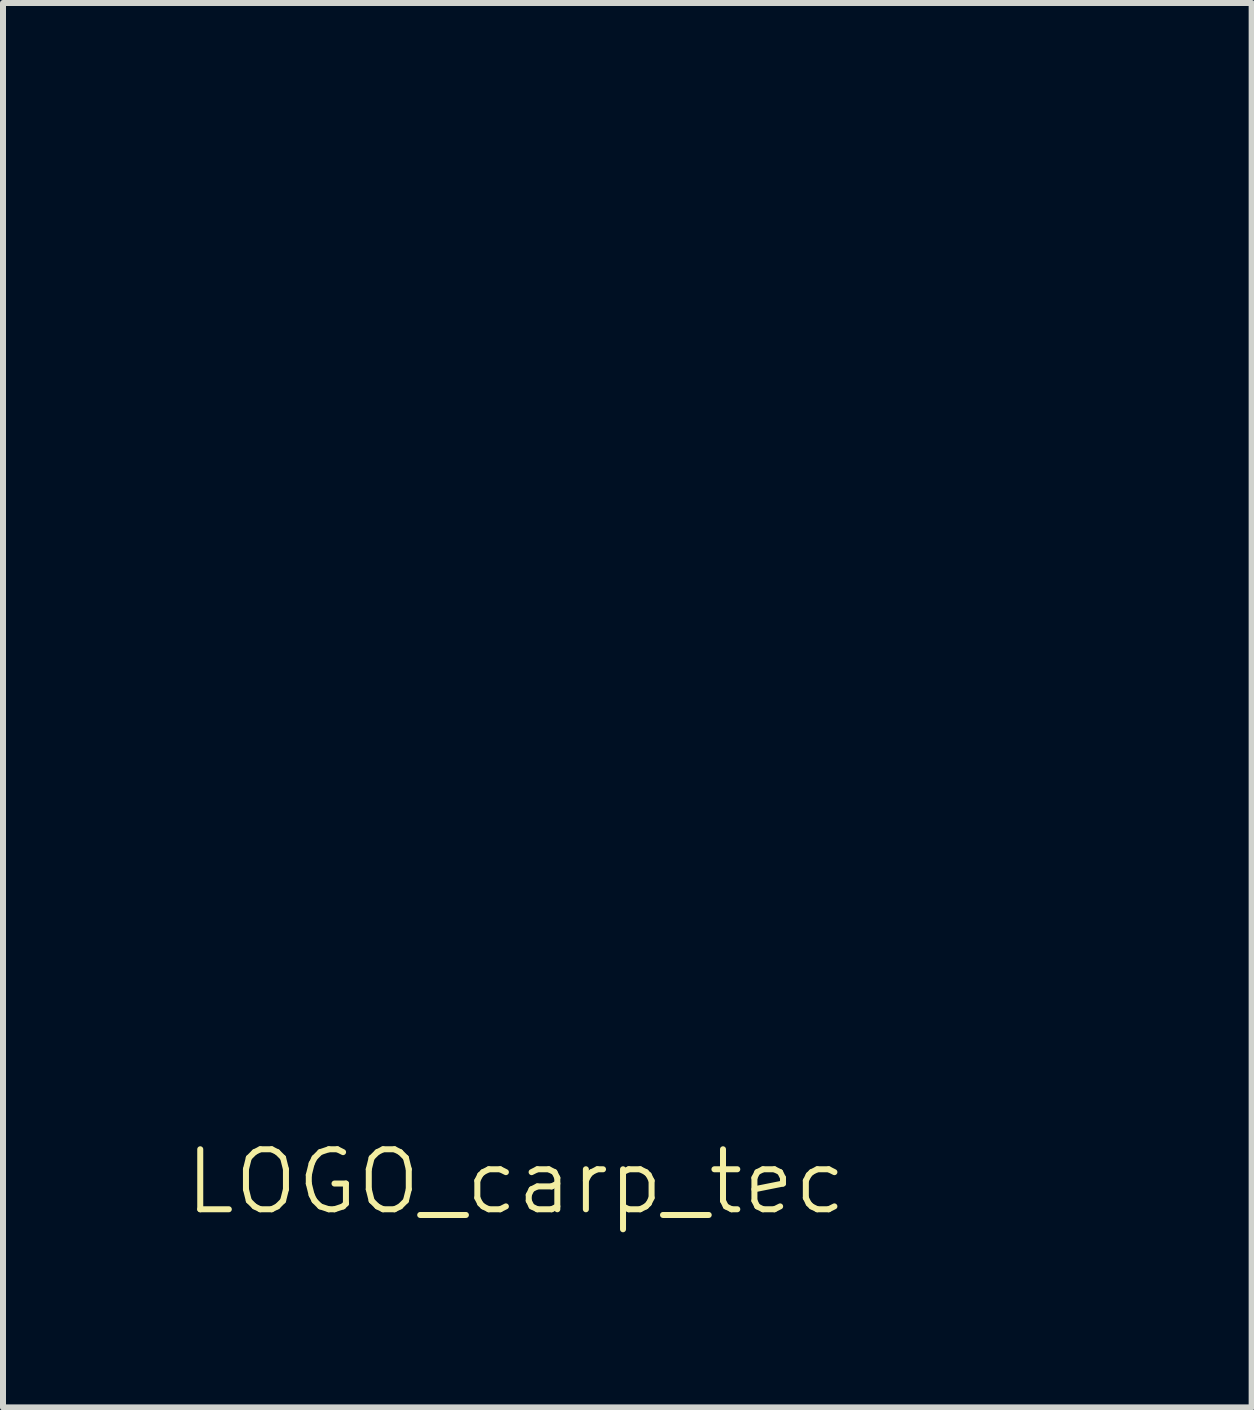
<source format=kicad_pcb>
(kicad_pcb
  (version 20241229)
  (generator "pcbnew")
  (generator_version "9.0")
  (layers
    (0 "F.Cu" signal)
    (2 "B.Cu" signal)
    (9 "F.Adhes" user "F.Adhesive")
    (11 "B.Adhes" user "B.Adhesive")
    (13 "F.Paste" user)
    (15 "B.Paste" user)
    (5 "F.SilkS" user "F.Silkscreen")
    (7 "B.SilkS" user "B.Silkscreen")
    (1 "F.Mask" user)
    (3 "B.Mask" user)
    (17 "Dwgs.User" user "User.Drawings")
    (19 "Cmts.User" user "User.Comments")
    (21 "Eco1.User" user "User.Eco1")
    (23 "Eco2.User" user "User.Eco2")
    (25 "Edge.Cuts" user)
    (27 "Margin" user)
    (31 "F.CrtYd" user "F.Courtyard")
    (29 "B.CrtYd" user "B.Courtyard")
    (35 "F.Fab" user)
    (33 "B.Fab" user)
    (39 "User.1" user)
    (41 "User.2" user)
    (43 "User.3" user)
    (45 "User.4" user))
  (footprint "LOGO_carp_tec"
    (layer "F.Cu")
    (at 6.25 8.051)
    (property "Reference" "LOGO_carp_tec" (at -0.7 8.6 0) (layer "F.SilkS") (effects (font (size 1 1) (thickness 0.1))))
    (attr board_only exclude_from_pos_files exclude_from_bom)
    (fp_poly (pts (xy -4.503 0.296) (xy -4.523 0.316) (xy -4.543 0.296) (xy -4.523 0.277)) (stroke (width 0) (type solid)) (fill yes) (layer "F.Mask"))
    (fp_poly (pts (xy -3.674 -4.247) (xy -3.693 -4.227) (xy -3.713 -4.247) (xy -3.693 -4.266)) (stroke (width 0) (type solid)) (fill yes) (layer "F.Mask"))
    (fp_poly (pts (xy -0.356 7.091) (xy -0.375 7.11) (xy -0.395 7.091) (xy -0.375 7.071)) (stroke (width 0) (type solid)) (fill yes) (layer "F.Mask"))
    (fp_poly (pts (xy 5.659 7.637) (xy 5.664 7.652) (xy 5.609 7.657) (xy 5.553 7.651) (xy 5.56 7.637) (xy 5.641 7.632)) (stroke (width 0) (type solid)) (fill yes) (layer "F.Mask"))
    (fp_poly (pts (xy -4.064 2.355) (xy -4.033 2.404) (xy -4.039 2.433) (xy -4.075 2.422) (xy -4.107 2.391) (xy -4.133 2.341) (xy -4.115 2.331)) (stroke (width 0) (type solid)) (fill yes) (layer "F.Mask"))
    (fp_poly (pts (xy -4.544 3.704) (xy -4.543 3.713) (xy -4.573 3.752) (xy -4.582 3.753) (xy -4.621 3.723) (xy -4.622 3.713) (xy -4.592 3.675) (xy -4.582 3.674)) (stroke (width 0) (type solid)) (fill yes) (layer "F.Mask"))
    (fp_poly (pts (xy 6.957 7.547) (xy 7.022 7.59) (xy 7.012 7.612) (xy 6.927 7.613) (xy 6.916 7.612) (xy 6.84 7.598) (xy 6.833 7.568) (xy 6.842 7.556) (xy 6.901 7.528)) (stroke (width 0) (type solid)) (fill yes) (layer "F.Mask"))
    (fp_poly (pts (xy 2.519 7.441) (xy 2.625 7.476) (xy 2.677 7.543) (xy 2.673 7.602) (xy 2.626 7.658) (xy 2.563 7.639) (xy 2.53 7.606) (xy 2.5 7.54) (xy 2.505 7.511) (xy 2.498 7.465) (xy 2.479 7.452) (xy 2.472 7.44)) (stroke (width 0) (type solid)) (fill yes) (layer "F.Mask"))
    (fp_poly (pts (xy -0.857 0.243) (xy -0.829 0.257) (xy -0.721 0.298) (xy -0.578 0.334) (xy -0.509 0.346) (xy -0.375 0.375) (xy -0.3 0.412) (xy -0.291 0.451) (xy -0.352 0.485) (xy -0.364 0.488) (xy -0.556 0.513) (xy -0.755 0.493) (xy -0.909 0.44) (xy -1.006 0.368) (xy -1.057 0.291) (xy -1.059 0.282) (xy -1.046 0.214) (xy -0.978 0.201)) (stroke (width 0) (type solid)) (fill yes) (layer "F.Mask"))
    (fp_poly (pts (xy -4.332 -4.402) (xy -4.304 -4.351) (xy -4.336 -4.299) (xy -4.383 -4.278) (xy -4.477 -4.218) (xy -4.548 -4.111) (xy -4.576 -3.989) (xy -4.575 -3.961) (xy -4.582 -3.873) (xy -4.626 -3.852) (xy -4.699 -3.902) (xy -4.711 -3.914) (xy -4.772 -4.021) (xy -4.76 -4.137) (xy -4.692 -4.251) (xy -4.607 -4.353) (xy -4.538 -4.404) (xy -4.458 -4.422) (xy -4.414 -4.424)) (stroke (width 0) (type solid)) (fill yes) (layer "F.Mask"))
    (fp_poly (pts (xy -3.495 0.338) (xy -3.389 0.414) (xy -3.338 0.458) (xy -3.214 0.558) (xy -3.082 0.647) (xy -3.032 0.676) (xy -2.923 0.751) (xy -2.885 0.815) (xy -2.91 0.856) (xy -2.99 0.862) (xy -3.118 0.819) (xy -3.121 0.818) (xy -3.283 0.727) (xy -3.426 0.625) (xy -3.538 0.522) (xy -3.606 0.431) (xy -3.618 0.363) (xy -3.615 0.356) (xy -3.567 0.32)) (stroke (width 0) (type solid)) (fill yes) (layer "F.Mask"))
    (fp_poly (pts (xy -2.74 0.371) (xy -2.726 0.394) (xy -2.694 0.468) (xy -2.61 0.561) (xy -2.495 0.656) (xy -2.367 0.737) (xy -2.297 0.769) (xy -2.181 0.821) (xy -2.136 0.861) (xy -2.144 0.877) (xy -2.208 0.901) (xy -2.296 0.897) (xy -2.43 0.863) (xy -2.475 0.849) (xy -2.598 0.792) (xy -2.709 0.71) (xy -2.8 0.615) (xy -2.864 0.519) (xy -2.891 0.436) (xy -2.873 0.377) (xy -2.805 0.356)) (stroke (width 0) (type solid)) (fill yes) (layer "F.Mask"))
    (fp_poly (pts (xy -2.573 -4.048) (xy -2.545 -4) (xy -2.512 -3.915) (xy -2.467 -3.819) (xy -2.419 -3.702) (xy -2.422 -3.614) (xy -2.479 -3.518) (xy -2.492 -3.501) (xy -2.575 -3.416) (xy -2.633 -3.396) (xy -2.657 -3.439) (xy -2.644 -3.525) (xy -2.614 -3.649) (xy -2.619 -3.731) (xy -2.665 -3.801) (xy -2.716 -3.852) (xy -2.784 -3.92) (xy -2.799 -3.961) (xy -2.765 -3.998) (xy -2.748 -4.011) (xy -2.645 -4.063)) (stroke (width 0) (type solid)) (fill yes) (layer "F.Mask"))
    (fp_poly (pts (xy -1.862 0.275) (xy -1.792 0.351) (xy -1.651 0.478) (xy -1.518 0.531) (xy -1.387 0.564) (xy -1.273 0.605) (xy -1.2 0.647) (xy -1.185 0.669) (xy -1.218 0.699) (xy -1.297 0.736) (xy -1.298 0.736) (xy -1.39 0.757) (xy -1.493 0.743) (xy -1.599 0.708) (xy -1.754 0.627) (xy -1.886 0.519) (xy -1.979 0.401) (xy -2.015 0.291) (xy -2.015 0.289) (xy -1.998 0.214) (xy -1.947 0.209)) (stroke (width 0) (type solid)) (fill yes) (layer "F.Mask"))
    (fp_poly (pts (xy 1.979 -6.072) (xy 2.031 -6.059) (xy 2.085 -6.004) (xy 2.094 -5.963) (xy 2.083 -5.917) (xy 2.038 -5.911) (xy 1.965 -5.929) (xy 1.843 -5.943) (xy 1.694 -5.933) (xy 1.547 -5.904) (xy 1.429 -5.86) (xy 1.381 -5.824) (xy 1.31 -5.771) (xy 1.253 -5.794) (xy 1.244 -5.807) (xy 1.252 -5.86) (xy 1.312 -5.929) (xy 1.403 -5.997) (xy 1.505 -6.047) (xy 1.546 -6.059) (xy 1.693 -6.078) (xy 1.848 -6.082)) (stroke (width 0) (type solid)) (fill yes) (layer "F.Mask"))
    (fp_poly (pts (xy 0.09 7.015) (xy 0.175 7.048) (xy 0.201 7.061) (xy 0.282 7.093) (xy 0.388 7.114) (xy 0.534 7.125) (xy 0.738 7.129) (xy 0.797 7.129) (xy 0.974 7.132) (xy 1.116 7.139) (xy 1.209 7.15) (xy 1.236 7.163) (xy 1.159 7.223) (xy 1.024 7.268) (xy 0.849 7.295) (xy 0.655 7.302) (xy 0.461 7.287) (xy 0.36 7.268) (xy 0.269 7.232) (xy 0.173 7.172) (xy 0.092 7.103) (xy 0.045 7.044) (xy 0.045 7.013)) (stroke (width 0) (type solid)) (fill yes) (layer "F.Mask"))
    (fp_poly (pts (xy -2.571 -4.33) (xy -2.477 -4.295) (xy -2.4 -4.253) (xy -2.37 -4.22) (xy -2.345 -4.173) (xy -2.311 -4.133) (xy -2.274 -4.062) (xy -2.24 -3.938) (xy -2.214 -3.789) (xy -2.201 -3.642) (xy -2.204 -3.526) (xy -2.233 -3.45) (xy -2.28 -3.449) (xy -2.329 -3.513) (xy -2.358 -3.603) (xy -2.373 -3.724) (xy -2.374 -3.74) (xy -2.402 -3.958) (xy -2.473 -4.118) (xy -2.582 -4.214) (xy -2.704 -4.243) (xy -2.796 -4.252) (xy -2.843 -4.268) (xy -2.844 -4.272) (xy -2.81 -4.307) (xy -2.73 -4.336) (xy -2.651 -4.345)) (stroke (width 0) (type solid)) (fill yes) (layer "F.Mask"))
    (fp_poly (pts (xy -2.114 4.184) (xy -2.101 4.283) (xy -2.094 4.425) (xy -2.093 4.474) (xy -2.083 4.753) (xy -2.055 5.017) (xy -2.013 5.246) (xy -1.958 5.419) (xy -1.95 5.438) (xy -1.912 5.542) (xy -1.902 5.625) (xy -1.903 5.631) (xy -1.918 5.673) (xy -1.951 5.656) (xy -1.98 5.624) (xy -2.043 5.525) (xy -2.072 5.451) (xy -2.106 5.355) (xy -2.157 5.229) (xy -2.18 5.176) (xy -2.225 5.038) (xy -2.252 4.87) (xy -2.263 4.688) (xy -2.259 4.509) (xy -2.24 4.35) (xy -2.206 4.227) (xy -2.16 4.158) (xy -2.132 4.148)) (stroke (width 0) (type solid)) (fill yes) (layer "F.Mask"))
    (fp_poly (pts (xy -4.092 -2.547) (xy -4.077 -2.515) (xy -4.065 -2.454) (xy -4.056 -2.353) (xy -4.049 -2.205) (xy -4.044 -2) (xy -4.04 -1.729) (xy -4.038 -1.583) (xy -4.037 -1.161) (xy -4.043 -0.816) (xy -4.057 -0.544) (xy -4.079 -0.343) (xy -4.109 -0.21) (xy -4.143 -0.147) (xy -4.164 -0.164) (xy -4.183 -0.244) (xy -4.196 -0.362) (xy -4.201 -0.473) (xy -4.203 -0.648) (xy -4.203 -0.872) (xy -4.202 -1.133) (xy -4.198 -1.413) (xy -4.195 -1.592) (xy -4.189 -1.897) (xy -4.182 -2.132) (xy -4.175 -2.305) (xy -4.167 -2.425) (xy -4.156 -2.502) (xy -4.143 -2.544) (xy -4.125 -2.559) (xy -4.112 -2.559)) (stroke (width 0) (type solid)) (fill yes) (layer "F.Mask"))
    (fp_poly (pts (xy 3.149 4.341) (xy 3.159 4.417) (xy 3.16 4.51) (xy 3.147 4.71) (xy 3.11 4.957) (xy 3.055 5.228) (xy 2.988 5.503) (xy 2.913 5.759) (xy 2.836 5.973) (xy 2.782 6.089) (xy 2.741 6.181) (xy 2.726 6.243) (xy 2.709 6.305) (xy 2.667 6.407) (xy 2.64 6.464) (xy 2.571 6.575) (xy 2.51 6.629) (xy 2.466 6.623) (xy 2.449 6.552) (xy 2.449 6.552) (xy 2.462 6.489) (xy 2.496 6.369) (xy 2.545 6.21) (xy 2.605 6.028) (xy 2.669 5.841) (xy 2.731 5.667) (xy 2.786 5.523) (xy 2.807 5.471) (xy 2.875 5.258) (xy 2.926 4.98) (xy 2.957 4.681) (xy 2.971 4.512) (xy 2.985 4.406) (xy 3.005 4.348) (xy 3.036 4.321) (xy 3.071 4.313) (xy 3.123 4.312)) (stroke (width 0) (type solid)) (fill yes) (layer "F.Mask"))
    (fp_poly (pts (xy 2.171 -5.828) (xy 2.311 -5.779) (xy 2.438 -5.713) (xy 2.526 -5.642) (xy 2.55 -5.603) (xy 2.558 -5.464) (xy 2.495 -5.347) (xy 2.421 -5.292) (xy 2.321 -5.238) (xy 2.252 -5.192) (xy 2.133 -5.134) (xy 1.962 -5.092) (xy 1.763 -5.068) (xy 1.562 -5.064) (xy 1.385 -5.083) (xy 1.331 -5.096) (xy 1.229 -5.137) (xy 1.163 -5.176) (xy 1.08 -5.202) (xy 1.037 -5.193) (xy 0.933 -5.161) (xy 0.812 -5.139) (xy 0.699 -5.131) (xy 0.618 -5.138) (xy 0.593 -5.157) (xy 0.623 -5.197) (xy 0.702 -5.265) (xy 0.81 -5.349) (xy 0.93 -5.434) (xy 1.042 -5.508) (xy 1.129 -5.557) (xy 1.165 -5.57) (xy 1.219 -5.594) (xy 1.261 -5.626) (xy 1.336 -5.668) (xy 1.465 -5.716) (xy 1.624 -5.765) (xy 1.791 -5.807) (xy 1.941 -5.837) (xy 2.044 -5.846)) (stroke (width 0) (type solid)) (fill yes) (layer "F.Mask"))
    (fp_poly (pts (xy -0.352 3.561) (xy -0.33 3.664) (xy -0.315 3.769) (xy -0.289 3.93) (xy -0.255 4.121) (xy -0.219 4.321) (xy -0.185 4.505) (xy -0.158 4.635) (xy -0.146 4.733) (xy -0.135 4.895) (xy -0.127 5.105) (xy -0.122 5.346) (xy -0.12 5.602) (xy -0.12 5.622) (xy -0.125 6.01) (xy -0.14 6.325) (xy -0.164 6.572) (xy -0.2 6.756) (xy -0.247 6.883) (xy -0.289 6.943) (xy -0.33 6.972) (xy -0.352 6.941) (xy -0.361 6.887) (xy -0.364 6.81) (xy -0.363 6.67) (xy -0.357 6.484) (xy -0.347 6.27) (xy -0.341 6.143) (xy -0.329 5.849) (xy -0.327 5.531) (xy -0.333 5.204) (xy -0.346 4.883) (xy -0.366 4.582) (xy -0.392 4.318) (xy -0.422 4.104) (xy -0.453 3.969) (xy -0.499 3.791) (xy -0.509 3.668) (xy -0.483 3.587) (xy -0.453 3.554) (xy -0.391 3.524)) (stroke (width 0) (type solid)) (fill yes) (layer "F.Mask"))
    (fp_poly (pts (xy 2.893 6.962) (xy 2.955 7.003) (xy 2.961 7.01) (xy 3.103 7.127) (xy 3.305 7.22) (xy 3.548 7.287) (xy 3.818 7.326) (xy 4.097 7.335) (xy 4.368 7.313) (xy 4.616 7.259) (xy 4.789 7.189) (xy 4.896 7.14) (xy 4.981 7.113) (xy 4.998 7.11) (xy 5.05 7.134) (xy 5.05 7.187) (xy 5.004 7.247) (xy 4.958 7.276) (xy 4.885 7.318) (xy 4.859 7.35) (xy 4.822 7.372) (xy 4.726 7.399) (xy 4.586 7.428) (xy 4.422 7.456) (xy 4.252 7.479) (xy 4.093 7.496) (xy 3.964 7.502) (xy 3.95 7.502) (xy 3.786 7.49) (xy 3.597 7.464) (xy 3.484 7.443) (xy 3.344 7.405) (xy 3.231 7.362) (xy 3.175 7.328) (xy 3.112 7.28) (xy 3.08 7.268) (xy 3.034 7.241) (xy 2.961 7.176) (xy 2.884 7.094) (xy 2.825 7.021) (xy 2.805 6.982) (xy 2.832 6.953)) (stroke (width 0) (type solid)) (fill yes) (layer "F.Mask"))
    (fp_poly (pts (xy -4.365 2.867) (xy -4.348 2.947) (xy -4.345 3.022) (xy -4.354 3.143) (xy -4.383 3.195) (xy -4.4 3.2) (xy -4.461 3.232) (xy -4.478 3.259) (xy -4.537 3.304) (xy -4.66 3.318) (xy -4.765 3.311) (xy -4.811 3.283) (xy -4.818 3.249) (xy -4.786 3.157) (xy -4.773 3.14) (xy -4.661 3.14) (xy -4.652 3.236) (xy -4.618 3.274) (xy -4.582 3.279) (xy -4.518 3.262) (xy -4.503 3.239) (xy -4.536 3.203) (xy -4.572 3.195) (xy -4.613 3.188) (xy -4.579 3.174) (xy -4.563 3.17) (xy -4.484 3.15) (xy -4.563 3.118) (xy -4.613 3.094) (xy -4.592 3.085) (xy -4.572 3.084) (xy -4.512 3.063) (xy -4.512 3.026) (xy -4.57 3.003) (xy -4.582 3.002) (xy -4.637 3.018) (xy -4.659 3.078) (xy -4.661 3.14) (xy -4.773 3.14) (xy -4.709 3.056) (xy -4.613 2.974) (xy -4.553 2.945) (xy -4.484 2.91) (xy -4.464 2.881) (xy -4.432 2.848) (xy -4.405 2.844)) (stroke (width 0) (type solid)) (fill yes) (layer "F.Mask"))
    (fp_poly (pts (xy -1.625 0.996) (xy -1.597 1.041) (xy -1.598 1.122) (xy -1.638 1.248) (xy -1.706 1.4) (xy -1.795 1.558) (xy -1.896 1.705) (xy -1.907 1.719) (xy -2.033 1.879) (xy -2.119 1.991) (xy -2.174 2.07) (xy -2.206 2.13) (xy -2.224 2.184) (xy -2.235 2.228) (xy -2.263 2.327) (xy -2.294 2.392) (xy -2.316 2.447) (xy -2.346 2.561) (xy -2.379 2.714) (xy -2.397 2.807) (xy -2.438 3.114) (xy -2.461 3.469) (xy -2.465 3.842) (xy -2.45 4.202) (xy -2.415 4.516) (xy -2.394 4.672) (xy -2.38 4.796) (xy -2.377 4.87) (xy -2.38 4.881) (xy -2.415 4.87) (xy -2.458 4.829) (xy -2.498 4.761) (xy -2.536 4.643) (xy -2.574 4.469) (xy -2.614 4.229) (xy -2.647 3.998) (xy -2.668 3.795) (xy -2.668 3.625) (xy -2.647 3.448) (xy -2.632 3.366) (xy -2.598 3.18) (xy -2.568 2.986) (xy -2.547 2.832) (xy -2.466 2.438) (xy -2.315 2.067) (xy -2.101 1.734) (xy -2.022 1.639) (xy -1.882 1.464) (xy -1.796 1.307) (xy -1.754 1.148) (xy -1.721 1.042) (xy -1.674 0.988)) (stroke (width 0) (type solid)) (fill yes) (layer "F.Mask"))
    (fp_poly (pts (xy -1.701 5.511) (xy -1.644 5.62) (xy -1.599 5.748) (xy -1.546 5.893) (xy -1.466 6.082) (xy -1.369 6.291) (xy -1.27 6.49) (xy -1.18 6.667) (xy -1.105 6.822) (xy -1.052 6.939) (xy -1.028 7.005) (xy -1.027 7.01) (xy -0.997 7.047) (xy -0.948 7.043) (xy -0.888 7.043) (xy -0.869 7.099) (xy -0.869 7.119) (xy -0.841 7.211) (xy -0.772 7.305) (xy -0.766 7.311) (xy -0.662 7.407) (xy -0.746 7.268) (xy -0.798 7.175) (xy -0.827 7.11) (xy -0.829 7.101) (xy -0.803 7.07) (xy -0.741 7.077) (xy -0.673 7.116) (xy -0.639 7.154) (xy -0.593 7.209) (xy -0.567 7.216) (xy -0.511 7.209) (xy -0.426 7.239) (xy -0.339 7.292) (xy -0.281 7.352) (xy -0.276 7.362) (xy -0.25 7.416) (xy -0.241 7.398) (xy -0.24 7.374) (xy -0.231 7.326) (xy -0.199 7.341) (xy -0.175 7.364) (xy -0.128 7.441) (xy -0.106 7.532) (xy -0.114 7.609) (xy -0.153 7.644) (xy -0.156 7.644) (xy -0.208 7.61) (xy -0.237 7.545) (xy -0.261 7.446) (xy -0.285 7.537) (xy -0.303 7.583) (xy -0.336 7.609) (xy -0.404 7.621) (xy -0.523 7.623) (xy -0.619 7.621) (xy -0.786 7.615) (xy -0.939 7.606) (xy -1.047 7.595) (xy -1.054 7.594) (xy -1.137 7.578) (xy -1.152 7.553) (xy -1.112 7.503) (xy -1.021 7.43) (xy -0.995 7.417) (xy -0.624 7.417) (xy -0.595 7.42) (xy -0.521 7.398) (xy -0.494 7.387) (xy -0.449 7.36) (xy -0.474 7.351) (xy -0.558 7.369) (xy -0.593 7.387) (xy -0.624 7.417) (xy -0.995 7.417) (xy -0.947 7.391) (xy -0.894 7.363) (xy -0.911 7.35) (xy -0.913 7.35) (xy -0.981 7.37) (xy -1.082 7.423) (xy -1.132 7.456) (xy -1.324 7.581) (xy -1.468 7.651) (xy -1.568 7.668) (xy -1.632 7.635) (xy -1.639 7.624) (xy -1.636 7.588) (xy -1.622 7.584) (xy -1.565 7.562) (xy -1.47 7.503) (xy -1.355 7.422) (xy -1.239 7.333) (xy -1.141 7.25) (xy -1.079 7.187) (xy -1.067 7.165) (xy -1.092 7.104) (xy -1.153 7.022) (xy -1.164 7.009) (xy -1.225 6.927) (xy -1.304 6.795) (xy -1.389 6.636) (xy -1.425 6.563) (xy -1.514 6.377) (xy -1.606 6.184) (xy -1.686 6.018) (xy -1.705 5.979) (xy -1.786 5.778) (xy -1.811 5.623) (xy -1.81 5.604) (xy -1.788 5.5) (xy -1.75 5.47)) (stroke (width 0) (type solid)) (fill yes) (layer "F.Mask"))
    (fp_poly (pts (xy -4.149 2.916) (xy -4.108 2.923) (xy -4.033 2.955) (xy -3.947 3.033) (xy -3.873 3.131) (xy -3.834 3.224) (xy -3.832 3.242) (xy -3.841 3.285) (xy -3.879 3.307) (xy -3.965 3.314) (xy -4.07 3.313) (xy -4.2 3.314) (xy -4.296 3.321) (xy -4.332 3.331) (xy -4.341 3.386) (xy -4.309 3.447) (xy -4.258 3.473) (xy -4.228 3.465) (xy -4.256 3.45) (xy -4.303 3.408) (xy -4.287 3.368) (xy -4.247 3.358) (xy -4.198 3.392) (xy -4.184 3.447) (xy -4.175 3.496) (xy -4.161 3.486) (xy -4.112 3.454) (xy -4.013 3.437) (xy -3.986 3.437) (xy -3.884 3.444) (xy -3.839 3.472) (xy -3.832 3.513) (xy -3.857 3.594) (xy -3.92 3.69) (xy -3.998 3.777) (xy -4.071 3.827) (xy -4.092 3.832) (xy -4.142 3.854) (xy -4.148 3.871) (xy -4.178 3.909) (xy -4.192 3.911) (xy -4.219 3.873) (xy -4.222 3.761) (xy -4.218 3.713) (xy -4.209 3.596) (xy -4.218 3.555) (xy -4.148 3.555) (xy -4.118 3.594) (xy -4.108 3.595) (xy -4.077 3.628) (xy -4.069 3.68) (xy -4.063 3.744) (xy -4.046 3.73) (xy -4.019 3.642) (xy -4.014 3.624) (xy -4.005 3.546) (xy -4.036 3.518) (xy -4.068 3.516) (xy -4.133 3.532) (xy -4.148 3.555) (xy -4.218 3.555) (xy -4.222 3.537) (xy -4.266 3.517) (xy -4.335 3.517) (xy -4.35 3.552) (xy -4.354 3.643) (xy -4.352 3.714) (xy -4.347 3.831) (xy -4.359 3.89) (xy -4.393 3.909) (xy -4.421 3.911) (xy -4.487 3.895) (xy -4.503 3.871) (xy -4.535 3.835) (xy -4.557 3.832) (xy -4.62 3.801) (xy -4.697 3.725) (xy -4.769 3.629) (xy -4.782 3.603) (xy -4.655 3.603) (xy -4.654 3.624) (xy -4.643 3.716) (xy -4.631 3.765) (xy -4.589 3.786) (xy -4.538 3.756) (xy -4.51 3.7) (xy -4.529 3.642) (xy -4.569 3.63) (xy -4.619 3.624) (xy -4.59 3.612) (xy -4.572 3.607) (xy -4.511 3.571) (xy -4.517 3.532) (xy -4.582 3.516) (xy -4.639 3.534) (xy -4.655 3.603) (xy -4.782 3.603) (xy -4.813 3.54) (xy -4.819 3.508) (xy -4.803 3.46) (xy -4.74 3.44) (xy -4.664 3.437) (xy -4.558 3.446) (xy -4.491 3.469) (xy -4.484 3.476) (xy -4.437 3.516) (xy -4.4 3.487) (xy -4.385 3.397) (xy -4.374 3.312) (xy -4.328 3.281) (xy -4.293 3.279) (xy -4.241 3.273) (xy -4.215 3.244) (xy -4.208 3.173) (xy -4.21 3.14) (xy -4.148 3.14) (xy -4.139 3.236) (xy -4.104 3.274) (xy -4.069 3.279) (xy -4.005 3.262) (xy -3.99 3.239) (xy -4.021 3.2) (xy -4.039 3.197) (xy -4.063 3.187) (xy -4.035 3.172) (xy -4.001 3.148) (xy -4.035 3.117) (xy -4.065 3.088) (xy -4.039 3.082) (xy -3.993 3.056) (xy -3.99 3.042) (xy -4.023 3.01) (xy -4.069 3.002) (xy -4.123 3.018) (xy -4.145 3.078) (xy -4.148 3.14) (xy -4.21 3.14) (xy -4.213 3.052) (xy -4.217 2.94) (xy -4.213 2.877) (xy -4.204 2.874)) (stroke (width 0) (type solid)) (fill yes) (layer "F.Mask"))
    (fp_poly (pts (xy 1.758 4.299) (xy 1.737 4.38) (xy 1.703 4.483) (xy 1.665 4.582) (xy 1.657 4.602) (xy 1.627 4.687) (xy 1.594 4.812) (xy 1.579 4.879) (xy 1.54 5.037) (xy 1.494 5.198) (xy 1.479 5.245) (xy 1.431 5.422) (xy 1.426 5.538) (xy 1.463 5.592) (xy 1.491 5.595) (xy 1.526 5.602) (xy 1.548 5.64) (xy 1.562 5.723) (xy 1.57 5.866) (xy 1.572 5.915) (xy 1.581 6.083) (xy 1.595 6.184) (xy 1.618 6.232) (xy 1.641 6.241) (xy 1.681 6.275) (xy 1.698 6.362) (xy 1.692 6.478) (xy 1.664 6.601) (xy 1.637 6.669) (xy 1.598 6.796) (xy 1.587 6.934) (xy 1.588 6.942) (xy 1.603 7.041) (xy 1.639 7.084) (xy 1.699 7.094) (xy 1.815 7.101) (xy 1.876 7.121) (xy 1.907 7.163) (xy 1.915 7.186) (xy 1.972 7.268) (xy 2.07 7.284) (xy 2.18 7.245) (xy 2.278 7.207) (xy 2.338 7.221) (xy 2.344 7.226) (xy 2.375 7.227) (xy 2.416 7.169) (xy 2.467 7.048) (xy 2.532 6.858) (xy 2.578 6.707) (xy 2.618 6.608) (xy 2.66 6.547) (xy 2.669 6.542) (xy 2.689 6.568) (xy 2.7 6.648) (xy 2.702 6.761) (xy 2.695 6.882) (xy 2.681 6.988) (xy 2.661 7.057) (xy 2.651 7.069) (xy 2.615 7.115) (xy 2.56 7.206) (xy 2.533 7.259) (xy 2.475 7.357) (xy 2.426 7.418) (xy 2.409 7.426) (xy 2.372 7.457) (xy 2.37 7.468) (xy 2.394 7.492) (xy 2.41 7.486) (xy 2.442 7.496) (xy 2.449 7.533) (xy 2.433 7.578) (xy 2.374 7.603) (xy 2.262 7.615) (xy 2.102 7.614) (xy 1.928 7.597) (xy 1.876 7.588) (xy 1.739 7.57) (xy 1.646 7.58) (xy 1.591 7.607) (xy 1.501 7.65) (xy 1.423 7.663) (xy 1.384 7.641) (xy 1.383 7.634) (xy 1.412 7.595) (xy 1.481 7.529) (xy 1.973 7.529) (xy 2.027 7.535) (xy 2.054 7.536) (xy 2.126 7.532) (xy 2.134 7.521) (xy 2.123 7.518) (xy 2.023 7.512) (xy 1.985 7.518) (xy 1.973 7.529) (xy 1.481 7.529) (xy 1.486 7.525) (xy 1.51 7.505) (xy 1.738 7.505) (xy 1.764 7.521) (xy 1.815 7.497) (xy 1.866 7.456) (xy 2.229 7.456) (xy 2.268 7.463) (xy 2.319 7.456) (xy 2.32 7.442) (xy 2.267 7.433) (xy 2.244 7.439) (xy 2.229 7.456) (xy 1.866 7.456) (xy 1.869 7.454) (xy 1.876 7.433) (xy 1.828 7.429) (xy 1.767 7.461) (xy 1.738 7.505) (xy 1.51 7.505) (xy 1.579 7.446) (xy 1.7 7.343) (xy 1.76 7.278) (xy 1.763 7.242) (xy 1.711 7.23) (xy 1.686 7.229) (xy 1.568 7.193) (xy 1.478 7.095) (xy 1.429 6.952) (xy 1.422 6.871) (xy 1.435 6.735) (xy 1.467 6.613) (xy 1.478 6.589) (xy 1.512 6.508) (xy 1.502 6.46) (xy 1.478 6.436) (xy 1.446 6.377) (xy 1.428 6.258) (xy 1.422 6.08) (xy 1.419 5.921) (xy 1.41 5.829) (xy 1.391 5.791) (xy 1.368 5.791) (xy 1.314 5.777) (xy 1.275 5.702) (xy 1.255 5.583) (xy 1.259 5.437) (xy 1.265 5.39) (xy 1.299 5.232) (xy 1.356 5.029) (xy 1.426 4.808) (xy 1.5 4.596) (xy 1.555 4.459) (xy 1.632 4.334) (xy 1.724 4.271) (xy 1.759 4.266)) (stroke (width 0) (type solid)) (fill yes) (layer "F.Mask"))
    (fp_poly (pts (xy 6.527 4.468) (xy 6.581 4.486) (xy 6.591 4.524) (xy 6.589 4.533) (xy 6.542 4.59) (xy 6.423 4.624) (xy 6.419 4.625) (xy 6.228 4.682) (xy 6.023 4.793) (xy 5.823 4.94) (xy 5.651 5.107) (xy 5.529 5.277) (xy 5.508 5.32) (xy 5.46 5.412) (xy 5.418 5.467) (xy 5.415 5.469) (xy 5.387 5.519) (xy 5.36 5.62) (xy 5.35 5.679) (xy 5.327 5.805) (xy 5.301 5.903) (xy 5.29 5.929) (xy 5.284 6.008) (xy 5.302 6.037) (xy 5.322 6.089) (xy 5.28 6.155) (xy 5.247 6.204) (xy 5.231 6.271) (xy 5.228 6.375) (xy 5.237 6.536) (xy 5.239 6.571) (xy 5.253 6.724) (xy 5.267 6.842) (xy 5.279 6.906) (xy 5.283 6.913) (xy 5.323 6.891) (xy 5.396 6.838) (xy 5.401 6.834) (xy 5.502 6.777) (xy 5.595 6.755) (xy 5.662 6.769) (xy 5.686 6.825) (xy 5.688 6.875) (xy 5.67 6.988) (xy 5.624 7.118) (xy 5.609 7.15) (xy 5.565 7.245) (xy 5.56 7.285) (xy 5.589 7.283) (xy 5.642 7.238) (xy 5.649 7.214) (xy 5.677 7.162) (xy 5.744 7.087) (xy 5.826 7.013) (xy 5.898 6.962) (xy 5.925 6.952) (xy 5.965 6.984) (xy 5.979 7.012) (xy 5.977 7.062) (xy 5.957 7.071) (xy 5.929 7.085) (xy 5.934 7.093) (xy 5.981 7.094) (xy 6.069 7.068) (xy 6.089 7.06) (xy 6.217 7.022) (xy 6.293 7.039) (xy 6.322 7.112) (xy 6.322 7.124) (xy 6.339 7.221) (xy 6.377 7.328) (xy 6.429 7.446) (xy 6.473 7.338) (xy 6.525 7.249) (xy 6.578 7.239) (xy 6.628 7.308) (xy 6.639 7.333) (xy 6.678 7.438) (xy 6.772 7.349) (xy 6.873 7.291) (xy 6.97 7.292) (xy 7.039 7.352) (xy 7.046 7.369) (xy 7.099 7.42) (xy 7.171 7.415) (xy 7.217 7.374) (xy 7.274 7.326) (xy 7.37 7.279) (xy 7.381 7.275) (xy 7.466 7.249) (xy 7.488 7.254) (xy 7.464 7.29) (xy 7.404 7.35) (xy 7.309 7.432) (xy 7.26 7.473) (xy 7.105 7.595) (xy 6.999 7.519) (xy 6.924 7.469) (xy 6.878 7.467) (xy 6.826 7.511) (xy 6.822 7.515) (xy 6.726 7.565) (xy 6.618 7.547) (xy 6.528 7.474) (xy 6.489 7.433) (xy 6.479 7.456) (xy 6.478 7.472) (xy 6.511 7.534) (xy 6.567 7.573) (xy 6.573 7.587) (xy 6.517 7.598) (xy 6.395 7.605) (xy 6.204 7.608) (xy 5.94 7.609) (xy 5.816 7.609) (xy 5.521 7.606) (xy 5.302 7.601) (xy 5.153 7.593) (xy 5.073 7.583) (xy 5.056 7.57) (xy 5.065 7.565) (xy 5.168 7.503) (xy 5.224 7.456) (xy 5.289 7.404) (xy 5.363 7.382) (xy 5.471 7.38) (xy 5.521 7.378) (xy 5.495 7.366) (xy 5.481 7.362) (xy 5.456 7.345) (xy 5.728 7.345) (xy 5.761 7.379) (xy 5.807 7.387) (xy 5.871 7.372) (xy 5.886 7.351) (xy 5.921 7.323) (xy 6.008 7.295) (xy 6.044 7.288) (xy 6.143 7.264) (xy 6.198 7.236) (xy 6.202 7.228) (xy 6.17 7.216) (xy 6.09 7.23) (xy 5.986 7.262) (xy 5.884 7.307) (xy 5.874 7.312) (xy 5.799 7.333) (xy 5.766 7.327) (xy 5.731 7.331) (xy 5.728 7.345) (xy 5.456 7.345) (xy 5.422 7.323) (xy 5.411 7.295) (xy 5.397 7.273) (xy 5.382 7.288) (xy 5.308 7.36) (xy 5.195 7.436) (xy 5.059 7.511) (xy 4.915 7.577) (xy 4.78 7.628) (xy 4.67 7.656) (xy 4.599 7.656) (xy 4.582 7.633) (xy 4.613 7.594) (xy 4.691 7.534) (xy 4.79 7.469) (xy 4.886 7.416) (xy 4.956 7.388) (xy 4.965 7.387) (xy 5.013 7.367) (xy 5.017 7.354) (xy 5.049 7.315) (xy 5.12 7.273) (xy 5.191 7.236) (xy 5.196 7.2) (xy 5.15 7.144) (xy 5.14 7.13) (xy 5.254 7.13) (xy 5.274 7.15) (xy 5.293 7.13) (xy 5.274 7.11) (xy 5.254 7.13) (xy 5.14 7.13) (xy 5.123 7.108) (xy 5.12 7.099) (xy 5.337 7.099) (xy 5.376 7.091) (xy 5.384 7.088) (xy 5.432 7.057) (xy 5.433 7.039) (xy 5.391 7.043) (xy 5.362 7.066) (xy 5.337 7.099) (xy 5.12 7.099) (xy 5.104 7.059) (xy 5.091 6.985) (xy 5.083 6.874) (xy 5.079 6.714) (xy 5.078 6.493) (xy 5.079 6.365) (xy 5.081 6.102) (xy 5.086 5.905) (xy 5.095 5.763) (xy 5.109 5.662) (xy 5.129 5.591) (xy 5.148 5.55) (xy 5.193 5.458) (xy 5.214 5.393) (xy 5.214 5.39) (xy 5.243 5.311) (xy 5.319 5.197) (xy 5.428 5.063) (xy 5.557 4.924) (xy 5.693 4.796) (xy 5.82 4.692) (xy 5.902 4.64) (xy 6.02 4.577) (xy 6.123 4.521) (xy 6.223 4.487) (xy 6.358 4.467) (xy 6.412 4.464)) (stroke (width 0) (type solid)) (fill yes) (layer "F.Mask"))
    (fp_poly (pts (xy -4.283 0.201) (xy -4.215 0.301) (xy -4.189 0.348) (xy -4.079 0.519) (xy -3.939 0.678) (xy -3.79 0.804) (xy -3.664 0.873) (xy -3.559 0.919) (xy -3.52 0.958) (xy -3.547 0.98) (xy -3.643 0.975) (xy -3.644 0.975) (xy -3.76 0.956) (xy -3.851 0.941) (xy -3.902 0.944) (xy -3.924 0.986) (xy -3.928 1.086) (xy -3.919 1.258) (xy -3.893 1.368) (xy -3.836 1.434) (xy -3.737 1.475) (xy -3.639 1.497) (xy -3.423 1.523) (xy -3.234 1.504) (xy -3.226 1.502) (xy -3.057 1.486) (xy -2.923 1.512) (xy -2.832 1.57) (xy -2.79 1.648) (xy -2.806 1.735) (xy -2.886 1.821) (xy -2.985 1.875) (xy -3.066 1.918) (xy -3.108 1.973) (xy -3.11 2.053) (xy -3.071 2.171) (xy -2.991 2.342) (xy -2.978 2.367) (xy -2.855 2.68) (xy -2.809 2.974) (xy -2.838 3.251) (xy -2.854 3.306) (xy -2.896 3.444) (xy -2.93 3.57) (xy -2.94 3.61) (xy -2.986 3.725) (xy -3.08 3.889) (xy -3.214 4.092) (xy -3.363 4.296) (xy -3.43 4.393) (xy -3.465 4.464) (xy -3.466 4.487) (xy -3.416 4.509) (xy -3.318 4.537) (xy -3.272 4.547) (xy -3.072 4.6) (xy -2.945 4.655) (xy -2.888 4.716) (xy -2.884 4.741) (xy -2.914 4.814) (xy -2.986 4.837) (xy -3.045 4.816) (xy -3.126 4.789) (xy -3.209 4.78) (xy -3.317 4.78) (xy -3.308 6.212) (xy -3.298 7.644) (xy -3.413 7.657) (xy -3.503 7.653) (xy -3.552 7.628) (xy -3.561 7.572) (xy -3.561 7.458) (xy -3.554 7.309) (xy -3.55 7.26) (xy -3.542 7.132) (xy -3.534 6.939) (xy -3.527 6.696) (xy -3.52 6.417) (xy -3.515 6.117) (xy -3.512 5.827) (xy -3.502 4.721) (xy -3.933 4.709) (xy -4.117 4.71) (xy -4.338 4.722) (xy -4.581 4.741) (xy -4.83 4.766) (xy -5.067 4.796) (xy -5.279 4.829) (xy -5.447 4.862) (xy -5.558 4.893) (xy -5.575 4.901) (xy -5.629 4.944) (xy -5.644 5.006) (xy -5.619 5.105) (xy -5.573 5.219) (xy -5.525 5.356) (xy -5.486 5.533) (xy -5.455 5.756) (xy -5.432 6.033) (xy -5.416 6.373) (xy -5.405 6.783) (xy -5.405 6.834) (xy -5.392 7.644) (xy -5.517 7.656) (xy -5.612 7.652) (xy -5.659 7.609) (xy -5.669 7.584) (xy -5.675 7.513) (xy -5.674 7.383) (xy -5.664 7.211) (xy -5.648 7.019) (xy -5.63 6.749) (xy -5.625 6.458) (xy -5.631 6.158) (xy -5.647 5.865) (xy -5.673 5.592) (xy -5.707 5.353) (xy -5.748 5.162) (xy -5.795 5.034) (xy -5.804 5.019) (xy -5.845 4.983) (xy -5.912 4.996) (xy -5.944 5.009) (xy -6.069 5.051) (xy -6.143 5.042) (xy -6.162 4.998) (xy -6.127 4.95) (xy -6.03 4.889) (xy -5.887 4.821) (xy -5.714 4.751) (xy -5.526 4.687) (xy -5.338 4.635) (xy -5.185 4.603) (xy -5.069 4.571) (xy -5.018 4.528) (xy -5.017 4.52) (xy -5.04 4.469) (xy -5.058 4.464) (xy -5.104 4.436) (xy -5.191 4.362) (xy -5.305 4.253) (xy -5.437 4.121) (xy -5.572 3.977) (xy -5.669 3.869) (xy -5.761 3.752) (xy -5.859 3.609) (xy -5.901 3.54) (xy -5.947 3.459) (xy -5.977 3.389) (xy -5.992 3.315) (xy -5.99 3.223) (xy -5.973 3.098) (xy -5.938 2.925) (xy -5.889 2.694) (xy -5.86 2.579) (xy -5.224 2.579) (xy -5.223 2.792) (xy -5.219 3.03) (xy -5.214 3.215) (xy -5.207 3.469) (xy -5.199 3.656) (xy -5.189 3.786) (xy -5.177 3.871) (xy -5.16 3.923) (xy -5.137 3.953) (xy -5.118 3.966) (xy -5.037 4.015) (xy -4.999 4.04) (xy -4.819 4.167) (xy -4.685 4.252) (xy -4.583 4.305) (xy -4.572 4.309) (xy -4.495 4.35) (xy -4.464 4.386) (xy -4.428 4.422) (xy -4.334 4.453) (xy -4.306 4.458) (xy -4.32 4.438) (xy -4.379 4.385) (xy -4.405 4.364) (xy -4.493 4.301) (xy -4.563 4.268) (xy -4.572 4.266) (xy -4.618 4.244) (xy -4.622 4.232) (xy -4.654 4.194) (xy -4.733 4.151) (xy -4.739 4.148) (xy -4.854 4.087) (xy -4.965 4.006) (xy -4.966 4.005) (xy -5.052 3.942) (xy -5.119 3.911) (xy -5.125 3.911) (xy -5.142 3.893) (xy -5.155 3.834) (xy -5.164 3.726) (xy -5.17 3.562) (xy -5.173 3.385) (xy -5.056 3.385) (xy -5.024 3.439) (xy -4.958 3.483) (xy -4.878 3.541) (xy -4.864 3.602) (xy -4.918 3.648) (xy -4.979 3.694) (xy -4.973 3.745) (xy -4.911 3.783) (xy -4.839 3.792) (xy -4.746 3.798) (xy -4.708 3.833) (xy -4.701 3.92) (xy -4.701 3.93) (xy -4.691 4.022) (xy -4.666 4.068) (xy -4.661 4.069) (xy -4.623 4.042) (xy -4.622 4.033) (xy -4.589 3.989) (xy -4.515 3.966) (xy -4.448 3.974) (xy -4.392 4.027) (xy -4.373 4.071) (xy -4.334 4.138) (xy -4.282 4.133) (xy -4.231 4.06) (xy -4.227 4.049) (xy -4.17 3.969) (xy -4.1 3.956) (xy -4.036 4.015) (xy -4.036 4.017) (xy -4.001 4.061) (xy -3.961 4.044) (xy -3.935 4.02) (xy -3.898 3.964) (xy -3.918 3.941) (xy -3.956 3.905) (xy -3.937 3.855) (xy -3.877 3.811) (xy -3.794 3.792) (xy -3.793 3.792) (xy -3.706 3.78) (xy -3.675 3.734) (xy -3.674 3.716) (xy -3.691 3.64) (xy -3.711 3.616) (xy -3.735 3.566) (xy -3.705 3.507) (xy -3.635 3.465) (xy -3.631 3.464) (xy -3.575 3.425) (xy -3.556 3.368) (xy -3.578 3.325) (xy -3.606 3.318) (xy -3.668 3.291) (xy -3.721 3.242) (xy -3.762 3.183) (xy -3.747 3.153) (xy -3.73 3.145) (xy -3.684 3.092) (xy -3.674 3.04) (xy -3.694 2.976) (xy -3.763 2.964) (xy -3.856 2.968) (xy -3.901 2.967) (xy -3.938 2.934) (xy -3.949 2.871) (xy -3.932 2.816) (xy -3.908 2.805) (xy -3.899 2.782) (xy -3.932 2.738) (xy -3.985 2.694) (xy -4.017 2.708) (xy -4.036 2.738) (xy -4.096 2.794) (xy -4.167 2.802) (xy -4.218 2.764) (xy -4.227 2.726) (xy -4.255 2.66) (xy -4.306 2.647) (xy -4.372 2.675) (xy -4.385 2.726) (xy -4.413 2.788) (xy -4.482 2.804) (xy -4.566 2.771) (xy -4.597 2.745) (xy -4.657 2.715) (xy -4.698 2.752) (xy -4.709 2.845) (xy -4.707 2.874) (xy -4.71 2.936) (xy -4.752 2.965) (xy -4.85 2.967) (xy -4.888 2.964) (xy -4.959 2.978) (xy -4.977 3.04) (xy -4.952 3.117) (xy -4.918 3.146) (xy -4.863 3.189) (xy -4.884 3.241) (xy -4.958 3.286) (xy -5.03 3.337) (xy -5.056 3.385) (xy -5.173 3.385) (xy -5.174 3.335) (xy -5.175 3.036) (xy -5.175 3.022) (xy -5.175 2.324) (xy -5.029 2.324) (xy -5.026 2.39) (xy -5.009 2.464) (xy -4.997 2.489) (xy -4.983 2.455) (xy -4.968 2.39) (xy -4.859 2.39) (xy -4.849 2.464) (xy -4.829 2.489) (xy -4.807 2.455) (xy -4.802 2.408) (xy -4.698 2.408) (xy -4.693 2.475) (xy -4.679 2.468) (xy -4.661 2.429) (xy -4.635 2.378) (xy -4.626 2.399) (xy -4.625 2.42) (xy -4.606 2.481) (xy -4.572 2.481) (xy -4.546 2.427) (xy -4.543 2.394) (xy -4.503 2.394) (xy -4.496 2.471) (xy -4.467 2.478) (xy -4.407 2.427) (xy -4.36 2.385) (xy -4.346 2.403) (xy -4.345 2.427) (xy -4.313 2.477) (xy -4.276 2.486) (xy -4.239 2.475) (xy -4.256 2.462) (xy -4.302 2.411) (xy -4.306 2.39) (xy -4.301 2.381) (xy -4.187 2.381) (xy -4.181 2.43) (xy -4.149 2.457) (xy -4.074 2.471) (xy -3.94 2.476) (xy -3.826 2.477) (xy -3.762 2.472) (xy -3.764 2.463) (xy -3.815 2.421) (xy -3.811 2.367) (xy -3.811 2.362) (xy -3.694 2.362) (xy -3.672 2.443) (xy -3.669 2.462) (xy -3.658 2.469) (xy -3.645 2.429) (xy -3.608 2.351) (xy -3.581 2.323) (xy -3.578 2.304) (xy -3.626 2.301) (xy -3.691 2.325) (xy -3.694 2.362) (xy -3.811 2.362) (xy -3.809 2.306) (xy -3.829 2.291) (xy -3.863 2.324) (xy -3.871 2.37) (xy -3.896 2.434) (xy -3.93 2.449) (xy -3.98 2.417) (xy -3.99 2.379) (xy -4.023 2.318) (xy -4.088 2.3) (xy -4.163 2.309) (xy -4.187 2.364) (xy -4.187 2.381) (xy -4.301 2.381) (xy -4.274 2.33) (xy -4.256 2.319) (xy -4.258 2.308) (xy -4.323 2.301) (xy -4.355 2.3) (xy -4.453 2.306) (xy -4.495 2.334) (xy -4.503 2.394) (xy -4.543 2.394) (xy -4.543 2.392) (xy -4.56 2.319) (xy -4.621 2.302) (xy -4.622 2.302) (xy -4.683 2.331) (xy -4.698 2.408) (xy -4.802 2.408) (xy -4.8 2.39) (xy -4.81 2.316) (xy -4.829 2.291) (xy -4.851 2.325) (xy -4.859 2.39) (xy -4.968 2.39) (xy -4.969 2.311) (xy -4.997 2.291) (xy -5.029 2.324) (xy -5.175 2.324) (xy -5.175 2.133) (xy -3.476 2.133) (xy -3.476 3.901) (xy -3.595 3.95) (xy -3.676 3.992) (xy -3.713 4.026) (xy -3.713 4.028) (xy -3.746 4.06) (xy -3.828 4.107) (xy -3.871 4.128) (xy -3.967 4.178) (xy -4.023 4.222) (xy -4.029 4.234) (xy -4.062 4.272) (xy -4.128 4.306) (xy -4.2 4.35) (xy -4.224 4.394) (xy -4.215 4.423) (xy -4.201 4.395) (xy -4.15 4.349) (xy -4.131 4.345) (xy -4.072 4.323) (xy -3.977 4.268) (xy -3.917 4.227) (xy -3.816 4.159) (xy -3.737 4.116) (xy -3.712 4.108) (xy -3.664 4.077) (xy -3.649 4.051) (xy -3.598 4.003) (xy -3.512 3.969) (xy -3.397 3.944) (xy -3.397 2.094) (xy -5.205 2.094) (xy -5.219 2.301) (xy -5.223 2.409) (xy -5.224 2.579) (xy -5.86 2.579) (xy -5.822 2.424) (xy -5.753 2.216) (xy -5.673 2.052) (xy -5.582 1.923) (xy -5.514 1.8) (xy -5.491 1.685) (xy -5.485 1.615) (xy -5.455 1.564) (xy -5.386 1.516) (xy -5.261 1.455) (xy -5.249 1.449) (xy -5.079 1.382) (xy -4.915 1.346) (xy -4.731 1.338) (xy -4.503 1.355) (xy -4.437 1.363) (xy -4.193 1.393) (xy -4.168 1.24) (xy -4.149 1.112) (xy -4.132 1.001) (xy -4.13 0.99) (xy -4.128 0.913) (xy -4.148 0.822) (xy -4.196 0.7) (xy -4.277 0.53) (xy -4.297 0.49) (xy -4.353 0.358) (xy -4.376 0.255) (xy -4.372 0.221) (xy -4.335 0.175)) (stroke (width 0) (type solid)) (fill yes) (layer "F.Mask"))
    (fp_poly (pts (xy 0.182 -8.018) (xy 0.189 -8.009) (xy 0.232 -7.934) (xy 0.287 -7.807) (xy 0.345 -7.65) (xy 0.399 -7.488) (xy 0.439 -7.344) (xy 0.453 -7.279) (xy 0.485 -7.143) (xy 0.537 -7.069) (xy 0.622 -7.049) (xy 0.754 -7.077) (xy 0.842 -7.107) (xy 1.314 -7.244) (xy 1.769 -7.303) (xy 2.209 -7.285) (xy 2.632 -7.19) (xy 3.041 -7.018) (xy 3.091 -6.99) (xy 3.202 -6.955) (xy 3.305 -6.966) (xy 3.34 -6.987) (xy 3.399 -7.02) (xy 3.501 -7.061) (xy 3.535 -7.072) (xy 3.657 -7.116) (xy 3.757 -7.163) (xy 3.772 -7.172) (xy 3.912 -7.233) (xy 4.096 -7.275) (xy 4.307 -7.3) (xy 4.529 -7.307) (xy 4.745 -7.296) (xy 4.94 -7.269) (xy 5.097 -7.226) (xy 5.199 -7.166) (xy 5.221 -7.138) (xy 5.249 -7.025) (xy 5.252 -6.855) (xy 5.231 -6.641) (xy 5.188 -6.4) (xy 5.126 -6.148) (xy 5.079 -5.994) (xy 5.022 -5.821) (xy 4.977 -5.673) (xy 4.947 -5.569) (xy 4.938 -5.526) (xy 4.916 -5.468) (xy 4.864 -5.38) (xy 4.854 -5.365) (xy 4.769 -5.247) (xy 4.859 -5.063) (xy 4.937 -4.919) (xy 5.034 -4.761) (xy 5.082 -4.691) (xy 5.153 -4.584) (xy 5.202 -4.504) (xy 5.214 -4.472) (xy 5.235 -4.421) (xy 5.283 -4.344) (xy 5.352 -4.229) (xy 5.436 -4.06) (xy 5.527 -3.856) (xy 5.617 -3.64) (xy 5.696 -3.432) (xy 5.756 -3.252) (xy 5.765 -3.217) (xy 5.806 -3.059) (xy 5.847 -2.877) (xy 5.89 -2.662) (xy 5.938 -2.4) (xy 5.992 -2.081) (xy 6.042 -1.778) (xy 6.072 -1.6) (xy 6.101 -1.449) (xy 6.123 -1.342) (xy 6.134 -1.304) (xy 6.158 -1.23) (xy 6.19 -1.116) (xy 6.202 -1.067) (xy 6.31 -0.763) (xy 6.486 -0.446) (xy 6.721 -0.125) (xy 7.008 0.187) (xy 7.096 0.271) (xy 7.448 0.607) (xy 7.74 0.907) (xy 7.976 1.18) (xy 8.164 1.433) (xy 8.307 1.673) (xy 8.413 1.908) (xy 8.483 2.133) (xy 8.506 2.264) (xy 8.525 2.459) (xy 8.54 2.705) (xy 8.553 2.987) (xy 8.561 3.292) (xy 8.565 3.605) (xy 8.564 3.912) (xy 8.559 4.199) (xy 8.549 4.451) (xy 8.537 4.614) (xy 8.469 5.112) (xy 8.363 5.566) (xy 8.222 5.965) (xy 8.131 6.156) (xy 8.055 6.295) (xy 7.991 6.405) (xy 7.949 6.47) (xy 7.941 6.478) (xy 7.904 6.524) (xy 7.854 6.61) (xy 7.848 6.622) (xy 7.789 6.712) (xy 7.729 6.767) (xy 7.724 6.769) (xy 7.67 6.816) (xy 7.663 6.843) (xy 7.639 6.907) (xy 7.582 6.991) (xy 7.581 6.992) (xy 7.501 7.091) (xy 7.527 6.952) (xy 7.554 6.849) (xy 7.585 6.781) (xy 7.589 6.777) (xy 7.621 6.706) (xy 7.624 6.678) (xy 7.64 6.615) (xy 7.684 6.503) (xy 7.746 6.364) (xy 7.762 6.331) (xy 7.827 6.193) (xy 7.876 6.08) (xy 7.899 6.013) (xy 7.9 6.006) (xy 7.929 5.966) (xy 7.938 5.965) (xy 7.971 5.931) (xy 8.009 5.844) (xy 8.024 5.797) (xy 8.061 5.684) (xy 8.094 5.603) (xy 8.104 5.587) (xy 8.126 5.526) (xy 8.155 5.401) (xy 8.188 5.228) (xy 8.223 5.02) (xy 8.256 4.793) (xy 8.286 4.562) (xy 8.302 4.424) (xy 8.317 4.218) (xy 8.324 3.959) (xy 8.325 3.665) (xy 8.319 3.355) (xy 8.308 3.046) (xy 8.291 2.756) (xy 8.27 2.503) (xy 8.245 2.305) (xy 8.235 2.252) (xy 8.196 2.092) (xy 8.142 1.923) (xy 8.082 1.763) (xy 8.021 1.627) (xy 7.968 1.534) (xy 7.93 1.501) (xy 7.892 1.469) (xy 7.87 1.425) (xy 7.833 1.371) (xy 7.752 1.274) (xy 7.639 1.147) (xy 7.507 1.005) (xy 7.369 0.859) (xy 7.235 0.723) (xy 7.119 0.611) (xy 7.033 0.534) (xy 7.031 0.533) (xy 6.953 0.459) (xy 6.852 0.349) (xy 6.775 0.257) (xy 6.652 0.113) (xy 6.512 -0.04) (xy 6.435 -0.118) (xy 6.329 -0.236) (xy 6.242 -0.358) (xy 6.202 -0.435) (xy 6.16 -0.536) (xy 6.125 -0.606) (xy 6.121 -0.612) (xy 6.098 -0.671) (xy 6.066 -0.779) (xy 6.044 -0.869) (xy 6.011 -0.996) (xy 5.978 -1.093) (xy 5.961 -1.128) (xy 5.942 -1.184) (xy 5.92 -1.299) (xy 5.897 -1.452) (xy 5.886 -1.541) (xy 5.817 -2.088) (xy 5.742 -2.566) (xy 5.657 -2.986) (xy 5.559 -3.358) (xy 5.446 -3.692) (xy 5.315 -3.998) (xy 5.162 -4.288) (xy 5.046 -4.476) (xy 4.973 -4.594) (xy 4.919 -4.685) (xy 4.898 -4.729) (xy 4.898 -4.73) (xy 4.876 -4.771) (xy 4.819 -4.855) (xy 4.746 -4.955) (xy 4.66 -5.078) (xy 4.592 -5.19) (xy 4.563 -5.255) (xy 4.523 -5.356) (xy 4.466 -5.475) (xy 4.458 -5.49) (xy 4.409 -5.609) (xy 4.385 -5.721) (xy 4.385 -5.734) (xy 4.366 -5.834) (xy 4.332 -5.894) (xy 4.271 -5.971) (xy 4.232 -6.035) (xy 4.155 -6.108) (xy 4.069 -6.123) (xy 3.956 -6.156) (xy 3.888 -6.25) (xy 3.871 -6.362) (xy 3.857 -6.423) (xy 3.8 -6.429) (xy 3.781 -6.425) (xy 3.699 -6.428) (xy 3.653 -6.487) (xy 3.594 -6.558) (xy 3.542 -6.581) (xy 3.461 -6.604) (xy 3.452 -6.647) (xy 3.514 -6.716) (xy 3.537 -6.736) (xy 3.68 -6.827) (xy 3.87 -6.913) (xy 4.076 -6.981) (xy 4.247 -7.018) (xy 4.418 -7.017) (xy 4.607 -6.977) (xy 4.783 -6.91) (xy 4.916 -6.823) (xy 4.928 -6.811) (xy 5.017 -6.719) (xy 4.932 -6.49) (xy 4.863 -6.33) (xy 4.78 -6.177) (xy 4.693 -6.048) (xy 4.615 -5.958) (xy 4.556 -5.925) (xy 4.508 -5.908) (xy 4.504 -5.896) (xy 4.52 -5.826) (xy 4.56 -5.714) (xy 4.613 -5.588) (xy 4.667 -5.479) (xy 4.671 -5.471) (xy 4.715 -5.397) (xy 4.734 -5.389) (xy 4.739 -5.441) (xy 4.739 -5.442) (xy 4.757 -5.547) (xy 4.779 -5.6) (xy 4.84 -5.735) (xy 4.906 -5.925) (xy 4.97 -6.146) (xy 5.025 -6.374) (xy 5.066 -6.586) (xy 5.085 -6.744) (xy 5.107 -7.069) (xy 4.993 -7.114) (xy 4.896 -7.14) (xy 4.752 -7.163) (xy 4.589 -7.179) (xy 4.582 -7.179) (xy 4.244 -7.165) (xy 3.905 -7.084) (xy 3.654 -6.976) (xy 3.56 -6.933) (xy 3.494 -6.913) (xy 3.491 -6.913) (xy 3.431 -6.885) (xy 3.395 -6.851) (xy 3.324 -6.792) (xy 3.223 -6.734) (xy 3.223 -6.734) (xy 3.107 -6.673) (xy 3.013 -6.613) (xy 2.947 -6.571) (xy 2.915 -6.58) (xy 2.898 -6.616) (xy 2.906 -6.689) (xy 2.986 -6.775) (xy 2.987 -6.775) (xy 3.056 -6.837) (xy 3.083 -6.877) (xy 3.081 -6.881) (xy 2.926 -6.967) (xy 2.714 -7.046) (xy 2.469 -7.11) (xy 2.212 -7.157) (xy 1.966 -7.179) (xy 1.801 -7.177) (xy 1.564 -7.151) (xy 1.324 -7.108) (xy 1.106 -7.055) (xy 0.934 -6.996) (xy 0.888 -6.975) (xy 0.788 -6.932) (xy 0.708 -6.913) (xy 0.706 -6.913) (xy 0.636 -6.89) (xy 0.584 -6.84) (xy 0.575 -6.788) (xy 0.582 -6.779) (xy 0.577 -6.767) (xy 0.543 -6.776) (xy 0.466 -6.776) (xy 0.363 -6.742) (xy 0.347 -6.734) (xy 0.142 -6.628) (xy -0.018 -6.549) (xy -0.157 -6.487) (xy -0.3 -6.43) (xy -0.356 -6.409) (xy -0.909 -6.23) (xy -1.518 -6.088) (xy -1.541 -6.084) (xy -1.876 -6.016) (xy -2.139 -5.958) (xy -2.339 -5.906) (xy -2.481 -5.859) (xy -2.548 -5.829) (xy -2.644 -5.787) (xy -2.715 -5.768) (xy -2.717 -5.768) (xy -2.786 -5.747) (xy -2.902 -5.694) (xy -3.046 -5.617) (xy -3.201 -5.528) (xy -3.348 -5.436) (xy -3.468 -5.353) (xy -3.474 -5.348) (xy -3.682 -5.184) (xy -3.862 -5.037) (xy -4.005 -4.913) (xy -4.105 -4.818) (xy -4.154 -4.758) (xy -4.151 -4.74) (xy -4.087 -4.71) (xy -4.002 -4.633) (xy -3.916 -4.531) (xy -3.849 -4.425) (xy -3.84 -4.408) (xy -3.804 -4.289) (xy -3.793 -4.195) (xy -3.793 -4.088) (xy -3.872 -4.187) (xy -3.947 -4.288) (xy -4.029 -4.407) (xy -4.041 -4.424) (xy -4.119 -4.521) (xy -4.209 -4.565) (xy -4.281 -4.575) (xy -4.369 -4.576) (xy -4.44 -4.553) (xy -4.516 -4.493) (xy -4.609 -4.397) (xy -4.723 -4.268) (xy -4.815 -4.146) (xy -4.89 -4.017) (xy -4.953 -3.87) (xy -5.007 -3.693) (xy -5.057 -3.473) (xy -5.108 -3.198) (xy -5.16 -2.884) (xy -5.184 -2.682) (xy -5.199 -2.437) (xy -5.206 -2.166) (xy -5.205 -1.884) (xy -5.198 -1.608) (xy -5.183 -1.356) (xy -5.161 -1.143) (xy -5.133 -0.986) (xy -5.122 -0.948) (xy -5.081 -0.814) (xy -5.034 -0.642) (xy -4.998 -0.497) (xy -4.963 -0.355) (xy -4.929 -0.242) (xy -4.903 -0.181) (xy -4.903 -0.18) (xy -4.87 -0.113) (xy -4.843 -0.026) (xy -4.775 0.134) (xy -4.643 0.32) (xy -4.519 0.457) (xy -4.413 0.58) (xy -4.369 0.664) (xy -4.388 0.706) (xy -4.419 0.711) (xy -4.5 0.677) (xy -4.603 0.587) (xy -4.715 0.455) (xy -4.826 0.297) (xy -4.924 0.129) (xy -5 -0.035) (xy -5.037 -0.158) (xy -5.064 -0.262) (xy -5.092 -0.332) (xy -5.094 -0.336) (xy -5.115 -0.388) (xy -5.149 -0.5) (xy -5.192 -0.655) (xy -5.237 -0.83) (xy -5.279 -1.002) (xy -5.309 -1.148) (xy -5.33 -1.287) (xy -5.342 -1.438) (xy -5.349 -1.62) (xy -5.351 -1.851) (xy -5.351 -1.995) (xy -5.349 -2.283) (xy -5.343 -2.507) (xy -5.331 -2.681) (xy -5.312 -2.819) (xy -5.286 -2.936) (xy -5.283 -2.949) (xy -5.246 -3.097) (xy -5.22 -3.231) (xy -5.213 -3.304) (xy -5.197 -3.415) (xy -5.161 -3.547) (xy -5.15 -3.575) (xy -5.099 -3.722) (xy -5.051 -3.874) (xy -5.046 -3.891) (xy -4.997 -4.006) (xy -4.908 -4.157) (xy -4.794 -4.322) (xy -4.672 -4.481) (xy -4.556 -4.612) (xy -4.479 -4.681) (xy -4.404 -4.743) (xy -4.291 -4.843) (xy -4.16 -4.965) (xy -4.095 -5.027) (xy -3.973 -5.14) (xy -3.872 -5.23) (xy -3.805 -5.284) (xy -3.786 -5.293) (xy -3.743 -5.316) (xy -3.655 -5.375) (xy -3.538 -5.459) (xy -3.507 -5.482) (xy -3.384 -5.568) (xy -3.234 -5.662) (xy -3.074 -5.754) (xy -2.922 -5.835) (xy -2.797 -5.895) (xy -2.715 -5.924) (xy -2.704 -5.925) (xy -2.654 -5.941) (xy -2.566 -5.978) (xy -2.554 -5.983) (xy -2.449 -6.021) (xy -2.282 -6.069) (xy -2.068 -6.122) (xy -1.823 -6.177) (xy -1.562 -6.23) (xy -1.402 -6.261) (xy -1.121 -6.32) (xy -0.882 -6.386) (xy -0.699 -6.454) (xy -0.618 -6.498) (xy -0.551 -6.554) (xy -0.543 -6.612) (xy -0.56 -6.656) (xy -0.608 -6.719) (xy -0.652 -6.73) (xy -0.706 -6.731) (xy -0.716 -6.794) (xy -0.682 -6.919) (xy -0.604 -7.108) (xy -0.535 -7.254) (xy -0.389 -7.528) (xy -0.353 -7.584) (xy -0.237 -7.584) (xy -0.223 -7.552) (xy -0.211 -7.558) (xy -0.206 -7.605) (xy -0.211 -7.611) (xy -0.234 -7.605) (xy -0.237 -7.584) (xy -0.353 -7.584) (xy -0.274 -7.709) (xy -0.133 -7.709) (xy -0.119 -7.704) (xy -0.065 -7.666) (xy -0.005 -7.564) (xy 0.053 -7.412) (xy 0.105 -7.223) (xy 0.127 -7.117) (xy 0.16 -6.971) (xy 0.199 -6.895) (xy 0.252 -6.882) (xy 0.328 -6.922) (xy 0.337 -6.928) (xy 0.386 -6.983) (xy 0.368 -7.036) (xy 0.367 -7.037) (xy 0.337 -7.103) (xy 0.303 -7.219) (xy 0.28 -7.328) (xy 0.242 -7.498) (xy 0.193 -7.673) (xy 0.164 -7.757) (xy 0.091 -7.949) (xy -0.043 -7.827) (xy -0.118 -7.75) (xy -0.133 -7.709) (xy -0.274 -7.709) (xy -0.249 -7.748) (xy -0.117 -7.912) (xy 0.001 -8.014) (xy 0.102 -8.051)) (stroke (width 0) (type solid)) (fill yes) (layer "F.Mask")))
  (gr_rect
    (start -3 -3)
    (end 17.815 20.411)
    (stroke (width 0.1) (type default))
    (fill no)
    (layer "Edge.Cuts")))
</source>
